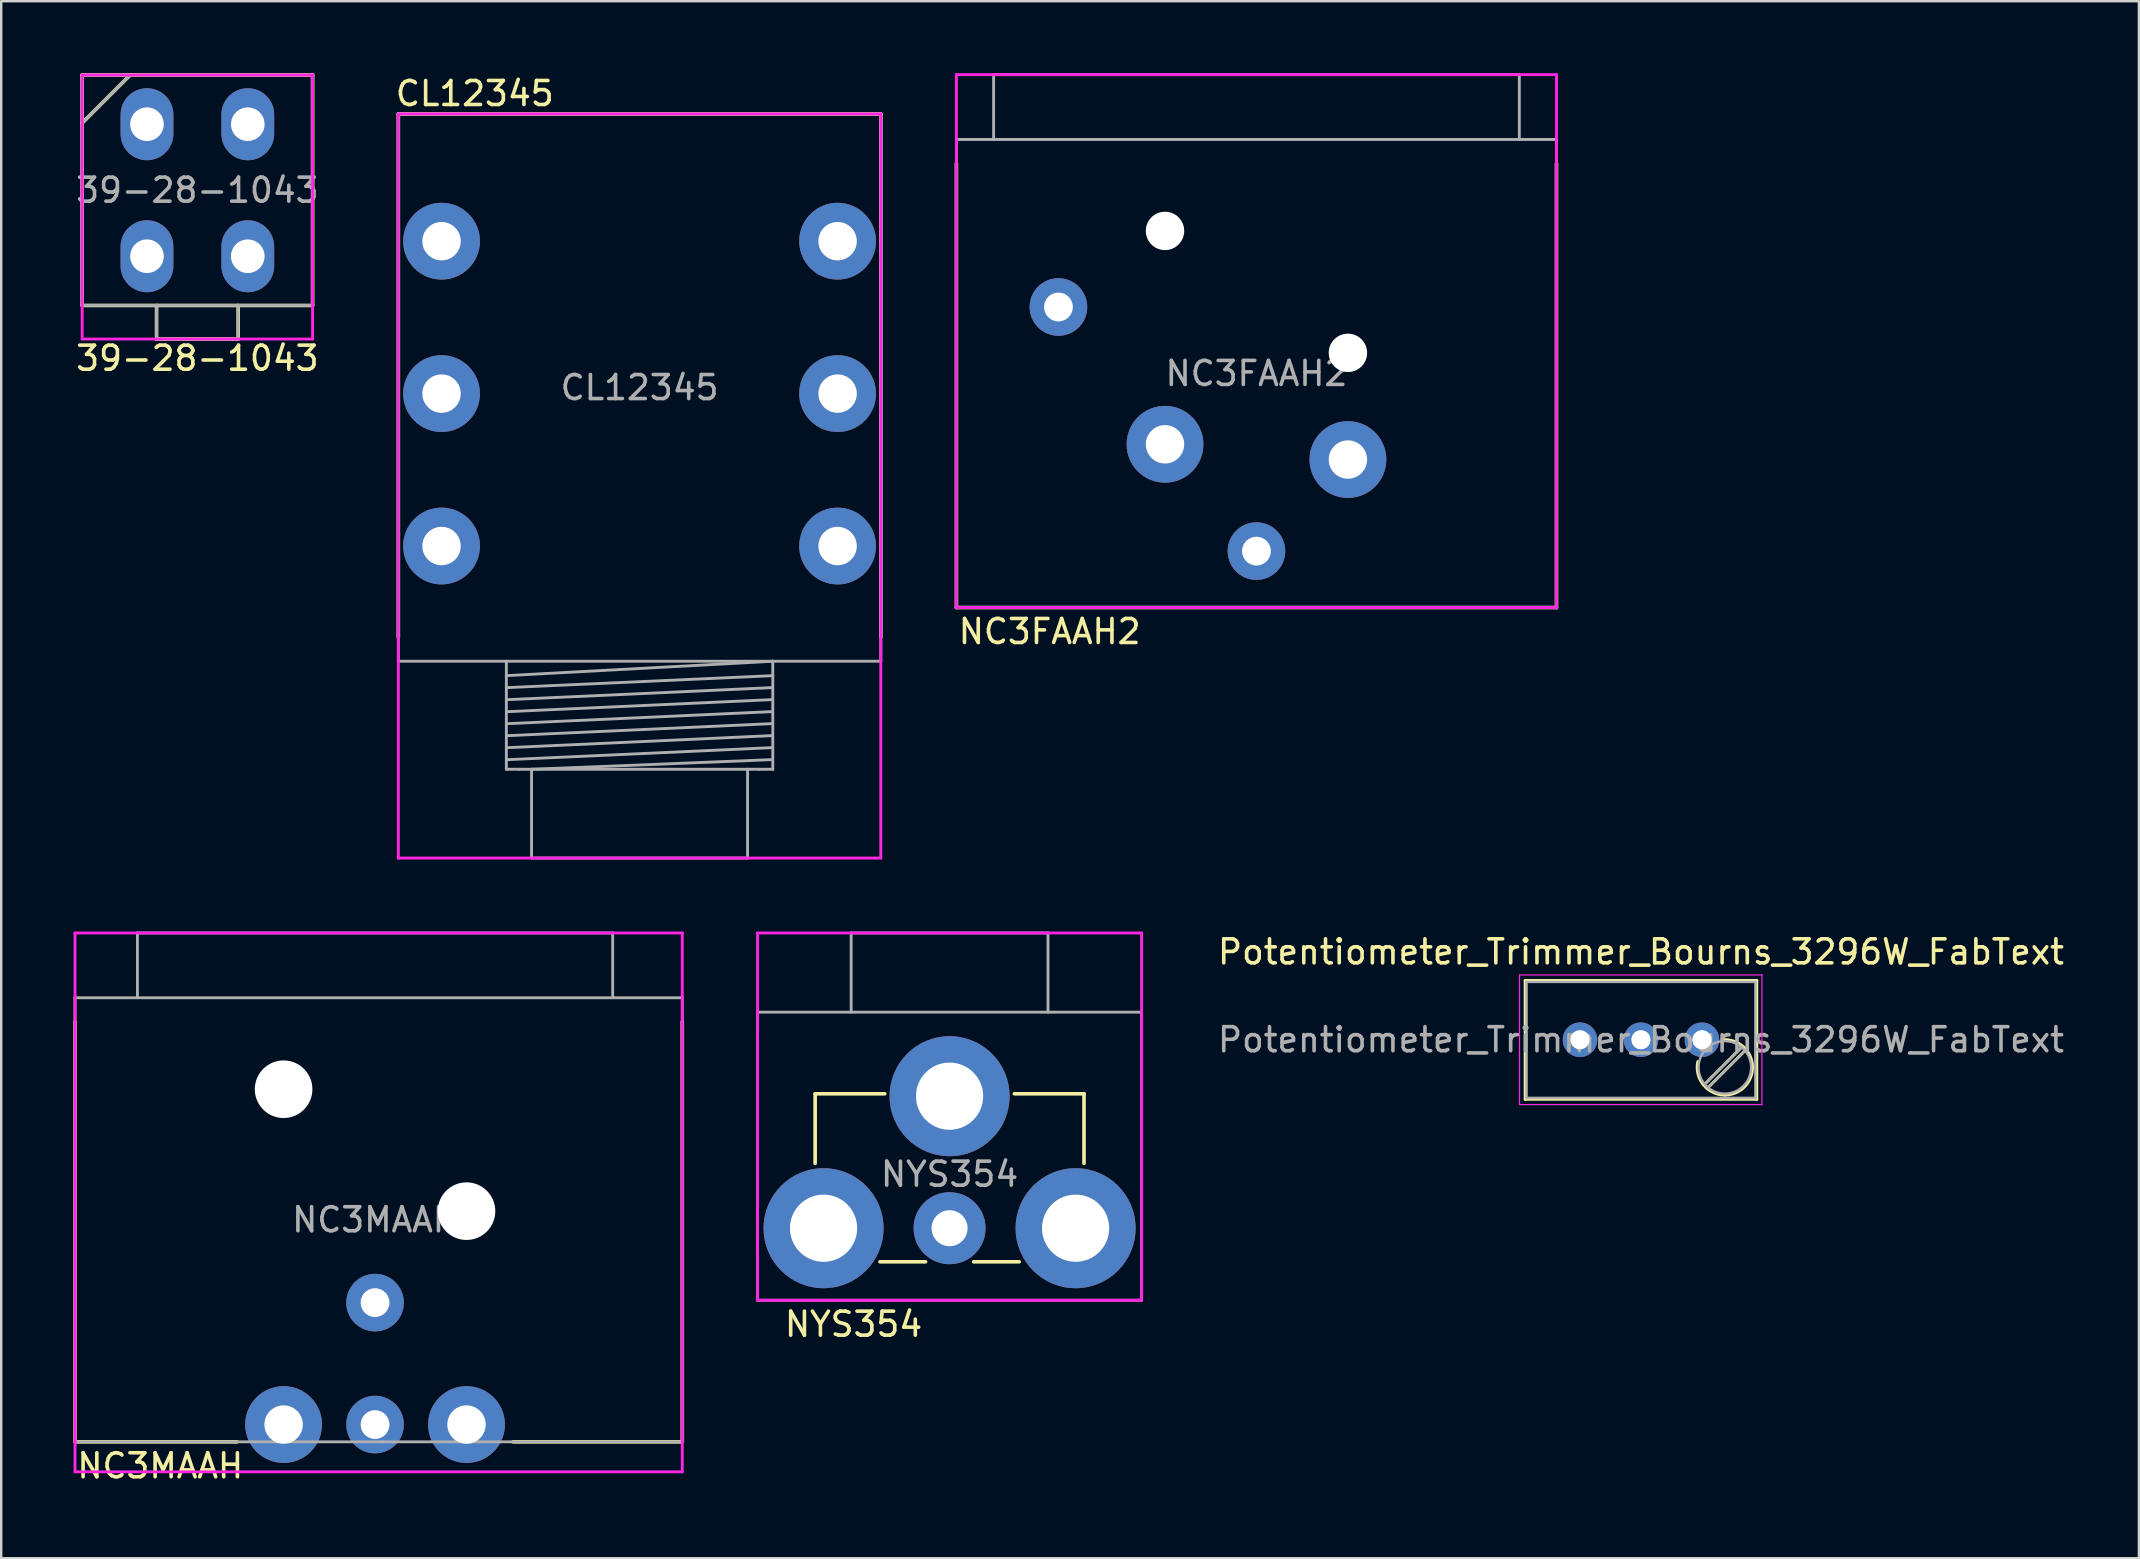
<source format=kicad_pcb>
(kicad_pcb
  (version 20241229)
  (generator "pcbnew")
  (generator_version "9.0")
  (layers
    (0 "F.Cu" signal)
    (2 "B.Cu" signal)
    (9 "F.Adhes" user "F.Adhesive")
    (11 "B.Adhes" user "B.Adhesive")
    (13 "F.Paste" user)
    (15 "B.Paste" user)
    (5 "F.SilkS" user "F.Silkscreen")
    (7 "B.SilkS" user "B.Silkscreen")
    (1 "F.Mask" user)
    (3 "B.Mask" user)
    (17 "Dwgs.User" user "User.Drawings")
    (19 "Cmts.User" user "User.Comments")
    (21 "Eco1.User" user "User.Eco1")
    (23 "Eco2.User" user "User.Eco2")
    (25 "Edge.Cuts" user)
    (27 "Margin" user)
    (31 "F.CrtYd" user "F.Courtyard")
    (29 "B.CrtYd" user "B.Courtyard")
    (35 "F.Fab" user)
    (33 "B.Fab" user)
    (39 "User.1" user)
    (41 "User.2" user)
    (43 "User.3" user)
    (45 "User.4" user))
  (footprint "NC3FAAH2"
    (layer "F.Cu")
    (at 49.295 12.51)
    (property "Reference" "NC3FAAH2" (at -12.5 10.75 0) (layer "F.SilkS") (effects (font (size 1 1) (thickness 0.15)) (justify left)))
    (attr through_hole)
    (fp_line (start -12.5 -8.75) (end -12.5 9.75) (stroke (width 0.15) (type solid)) (layer "F.SilkS"))
    (fp_line (start -12.5 9.75) (end 12.5 9.75) (stroke (width 0.15) (type solid)) (layer "F.SilkS"))
    (fp_line (start 12.5 9.75) (end 12.5 -8.75) (stroke (width 0.15) (type solid)) (layer "F.SilkS"))
    (fp_line (start -12.5 -12.45) (end 12.5 -12.45) (stroke (width 0.12) (type solid)) (layer "F.CrtYd"))
    (fp_line (start -12.5 9.75) (end -12.5 -12.45) (stroke (width 0.12) (type solid)) (layer "F.CrtYd"))
    (fp_line (start 12.5 -12.45) (end 12.5 9.75) (stroke (width 0.12) (type solid)) (layer "F.CrtYd"))
    (fp_line (start 12.5 9.75) (end -12.5 9.75) (stroke (width 0.12) (type solid)) (layer "F.CrtYd"))
    (fp_line (start -12.5 -9.75) (end -12.5 9.75) (stroke (width 0.12) (type solid)) (layer "F.Fab"))
    (fp_line (start -12.5 9.75) (end 12.5 9.75) (stroke (width 0.12) (type solid)) (layer "F.Fab"))
    (fp_line (start -10.95 -12.45) (end 10.95 -12.45) (stroke (width 0.12) (type solid)) (layer "F.Fab"))
    (fp_line (start -10.95 -9.75) (end -10.95 -12.45) (stroke (width 0.12) (type solid)) (layer "F.Fab"))
    (fp_line (start 10.95 -12.45) (end 10.95 -9.75) (stroke (width 0.12) (type solid)) (layer "F.Fab"))
    (fp_line (start 12.5 -9.75) (end -12.5 -9.75) (stroke (width 0.12) (type solid)) (layer "F.Fab"))
    (fp_line (start 12.5 9.75) (end 12.5 -9.75) (stroke (width 0.12) (type solid)) (layer "F.Fab"))
    (fp_text user "${REFERENCE}" (at 0 0 0) (layer "F.Fab") (effects (font (size 1 1) (thickness 0.15))))
    (pad "" np_thru_hole circle (at -3.81 -5.94) (size 1.6 1.6) (drill 1.6) (layers "*.Cu" "*.Mask"))
    (pad "" np_thru_hole circle (at 3.81 -0.86) (size 1.6 1.6) (drill 1.6) (layers "*.Cu" "*.Mask"))
    (pad "1" thru_hole circle (at -3.81 2.95) (size 3.2 3.2) (drill 1.6) (layers "*.Cu" "*.Mask"))
    (pad "2" thru_hole circle (at 3.81 3.585) (size 3.2 3.2) (drill 1.6) (layers "*.Cu" "*.Mask"))
    (pad "3" thru_hole circle (at 0 7.4) (size 2.4 2.4) (drill 1.2) (layers "*.Cu" "*.Mask"))
    (pad "G" thru_hole circle (at -8.25 -2.77) (size 2.4 2.4) (drill 1.2) (layers "*.Cu" "*.Mask")))
  (footprint "NYS354"
    (layer "F.Cu")
    (at 36.51 48.118)
    (property "Reference" "NYS354" (at -4 4 0) (layer "F.SilkS") (effects (font (size 1 1) (thickness 0.15))))
    (attr through_hole)
    (fp_line (start -5.6 -5.6) (end -2.7 -5.6) (stroke (width 0.15) (type solid)) (layer "F.SilkS"))
    (fp_line (start -5.6 -2.7) (end -5.6 -5.6) (stroke (width 0.15) (type solid)) (layer "F.SilkS"))
    (fp_line (start -1 1.4) (end -2.9 1.4) (stroke (width 0.15) (type solid)) (layer "F.SilkS"))
    (fp_line (start 2.7 -5.6) (end 5.6 -5.6) (stroke (width 0.15) (type solid)) (layer "F.SilkS"))
    (fp_line (start 2.9 1.4) (end 1 1.4) (stroke (width 0.15) (type solid)) (layer "F.SilkS"))
    (fp_line (start 5.6 -5.6) (end 5.6 -2.7) (stroke (width 0.15) (type solid)) (layer "F.SilkS"))
    (fp_line (start -8 -12.3) (end 8 -12.3) (stroke (width 0.12) (type solid)) (layer "F.CrtYd"))
    (fp_line (start -8 -9) (end -8 -12.3) (stroke (width 0.12) (type solid)) (layer "F.CrtYd"))
    (fp_line (start -8 -8) (end -8 -9) (stroke (width 0.12) (type solid)) (layer "F.CrtYd"))
    (fp_line (start -8 3) (end -8 -8) (stroke (width 0.12) (type solid)) (layer "F.CrtYd"))
    (fp_line (start 8 -12.3) (end 8 -9) (stroke (width 0.12) (type solid)) (layer "F.CrtYd"))
    (fp_line (start 8 -9) (end 8 3) (stroke (width 0.12) (type solid)) (layer "F.CrtYd"))
    (fp_line (start 8 3) (end -8 3) (stroke (width 0.12) (type solid)) (layer "F.CrtYd"))
    (fp_line (start -8 -9) (end 8 -9) (stroke (width 0.12) (type solid)) (layer "F.Fab"))
    (fp_line (start -8 3) (end -8 -9) (stroke (width 0.12) (type solid)) (layer "F.Fab"))
    (fp_line (start -4.1 -12.3) (end -4.1 -9) (stroke (width 0.12) (type solid)) (layer "F.Fab"))
    (fp_line (start 4.1 -12.3) (end -4.1 -12.3) (stroke (width 0.12) (type solid)) (layer "F.Fab"))
    (fp_line (start 4.1 -9) (end 4.1 -12.3) (stroke (width 0.12) (type solid)) (layer "F.Fab"))
    (fp_line (start 8 -9) (end 8 3) (stroke (width 0.12) (type solid)) (layer "F.Fab"))
    (fp_line (start 8 3) (end -8 3) (stroke (width 0.12) (type solid)) (layer "F.Fab"))
    (fp_text user "${REFERENCE}" (at 0 -2.25 0) (layer "F.Fab") (effects (font (size 1 1) (thickness 0.15))))
    (pad "1" thru_hole circle (at 0 0) (size 3 3) (drill 1.5) (layers "*.Cu" "*.Mask"))
    (pad "2" thru_hole circle (at -5.25 0) (size 5 5) (drill 2.8) (layers "*.Cu" "*.Mask"))
    (pad "2" thru_hole circle (at 0 -5.5) (size 5 5) (drill 2.8) (layers "*.Cu" "*.Mask"))
    (pad "2" thru_hole circle (at 5.25 0) (size 5 5) (drill 2.8) (layers "*.Cu" "*.Mask")))
  (footprint "Potentiometer_Trimmer_Bourns_3296W_FabText"
    (layer "F.Cu")
    (at 67.854 40.267)
    (property "Reference" "Potentiometer_Trimmer_Bourns_3296W_FabText" (at -2.54 -3.66 0) (layer "F.SilkS") (effects (font (size 1 1) (thickness 0.15))))
    (attr through_hole)
    (fp_line (start -7.365 -2.47) (end -7.365 2.481) (stroke (width 0.12) (type solid)) (layer "F.SilkS"))
    (fp_line (start -7.365 -2.47) (end 2.285 -2.47) (stroke (width 0.12) (type solid)) (layer "F.SilkS"))
    (fp_line (start -7.365 2.481) (end 2.285 2.481) (stroke (width 0.12) (type solid)) (layer "F.SilkS"))
    (fp_line (start 1.691 0.275) (end 0.079 1.885) (stroke (width 0.12) (type solid)) (layer "F.SilkS"))
    (fp_line (start 1.831 0.416) (end 0.22 2.026) (stroke (width 0.12) (type solid)) (layer "F.SilkS"))
    (fp_line (start 2.285 -2.47) (end 2.285 2.481) (stroke (width 0.12) (type solid)) (layer "F.SilkS"))
    (fp_arc (start 0.914691 -0.004296) (mid 2.109824 1.129842) (end 0.955 2.305) (stroke (width 0.12) (type solid)) (layer "F.SilkS"))
    (fp_arc (start 0.975121 2.304052) (mid 0.064355 1.884161) (end -0.174 0.91) (stroke (width 0.12) (type solid)) (layer "F.SilkS"))
    (fp_line (start -7.6 -2.7) (end -7.6 2.7) (stroke (width 0.05) (type solid)) (layer "F.CrtYd"))
    (fp_line (start -7.6 2.7) (end 2.5 2.7) (stroke (width 0.05) (type solid)) (layer "F.CrtYd"))
    (fp_line (start 2.5 -2.7) (end -7.6 -2.7) (stroke (width 0.05) (type solid)) (layer "F.CrtYd"))
    (fp_line (start 2.5 2.7) (end 2.5 -2.7) (stroke (width 0.05) (type solid)) (layer "F.CrtYd"))
    (fp_line (start -7.305 -2.41) (end -7.305 2.42) (stroke (width 0.1) (type solid)) (layer "F.Fab"))
    (fp_line (start -7.305 2.42) (end 2.225 2.42) (stroke (width 0.1) (type solid)) (layer "F.Fab"))
    (fp_line (start 1.652 0.32) (end 0.125 1.847) (stroke (width 0.1) (type solid)) (layer "F.Fab"))
    (fp_line (start 1.786 0.454) (end 0.259 1.981) (stroke (width 0.1) (type solid)) (layer "F.Fab"))
    (fp_line (start 2.225 -2.41) (end -7.305 -2.41) (stroke (width 0.1) (type solid)) (layer "F.Fab"))
    (fp_line (start 2.225 2.42) (end 2.225 -2.41) (stroke (width 0.1) (type solid)) (layer "F.Fab"))
    (fp_circle (center 0.955 1.15) (end 2.05 1.15) (stroke (width 0.1) (type solid)) (fill no) (layer "F.Fab"))
    (fp_text user "${REFERENCE}" (at -2.54 0 0) (layer "F.Fab") (effects (font (size 1 1) (thickness 0.15))))
    (pad "1" thru_hole circle (at 0 0) (size 1.44 1.44) (drill 0.8) (layers "*.Cu" "*.Mask"))
    (pad "2" thru_hole circle (at -2.54 0) (size 1.44 1.44) (drill 0.8) (layers "*.Cu" "*.Mask"))
    (pad "3" thru_hole circle (at -5.08 0) (size 1.44 1.44) (drill 0.8) (layers "*.Cu" "*.Mask")))
  (footprint "39-28-1043"
    (layer "F.Cu")
    (at 5.173 4.875)
    (property "Reference" "39-28-1043" (at 0 7 0) (layer "F.SilkS") (effects (font (size 1 1) (thickness 0.15))))
    (attr through_hole)
    (fp_line (start -4.8 -4.8) (end 4.8 -4.8) (stroke (width 0.15) (type solid)) (layer "F.SilkS"))
    (fp_line (start -4.8 -2.8) (end -2.8 -4.8) (stroke (width 0.15) (type solid)) (layer "F.SilkS"))
    (fp_line (start -4.8 4.8) (end -4.8 -4.8) (stroke (width 0.15) (type solid)) (layer "F.SilkS"))
    (fp_line (start -1.7 4.8) (end -1.7 6.2) (stroke (width 0.15) (type solid)) (layer "F.SilkS"))
    (fp_line (start -1.7 6.2) (end 1.7 6.2) (stroke (width 0.15) (type solid)) (layer "F.SilkS"))
    (fp_line (start 1.7 6.2) (end 1.7 4.8) (stroke (width 0.15) (type solid)) (layer "F.SilkS"))
    (fp_line (start 4.8 -4.8) (end 4.8 4.8) (stroke (width 0.15) (type solid)) (layer "F.SilkS"))
    (fp_line (start 4.8 4.8) (end -4.8 4.8) (stroke (width 0.15) (type solid)) (layer "F.SilkS"))
    (fp_line (start -4.8 -4.8) (end 4.8 -4.8) (stroke (width 0.12) (type solid)) (layer "F.CrtYd"))
    (fp_line (start -4.8 6.2) (end -4.8 -4.8) (stroke (width 0.12) (type solid)) (layer "F.CrtYd"))
    (fp_line (start 4.8 -4.8) (end 4.8 6.2) (stroke (width 0.12) (type solid)) (layer "F.CrtYd"))
    (fp_line (start 4.8 6.2) (end -4.8 6.2) (stroke (width 0.12) (type solid)) (layer "F.CrtYd"))
    (fp_line (start -4.8 -4.8) (end 4.8 -4.8) (stroke (width 0.12) (type solid)) (layer "F.Fab"))
    (fp_line (start -4.8 -2.8) (end -2.8 -4.8) (stroke (width 0.12) (type solid)) (layer "F.Fab"))
    (fp_line (start -4.8 4.8) (end -4.8 -4.8) (stroke (width 0.12) (type solid)) (layer "F.Fab"))
    (fp_line (start -1.7 4.8) (end -1.7 6.2) (stroke (width 0.12) (type solid)) (layer "F.Fab"))
    (fp_line (start -1.7 6.2) (end 1.7 6.2) (stroke (width 0.12) (type solid)) (layer "F.Fab"))
    (fp_line (start 1.7 6.2) (end 1.7 4.8) (stroke (width 0.12) (type solid)) (layer "F.Fab"))
    (fp_line (start 4.8 -4.8) (end 4.8 4.8) (stroke (width 0.12) (type solid)) (layer "F.Fab"))
    (fp_line (start 4.8 4.8) (end -4.8 4.8) (stroke (width 0.12) (type solid)) (layer "F.Fab"))
    (fp_text user "${REFERENCE}" (at 0 0 0) (layer "F.Fab") (effects (font (size 1 1) (thickness 0.15))))
    (pad "1" thru_hole oval (at -2.1 -2.75) (size 2.2 3) (drill 1.4) (layers "*.Cu" "*.Mask"))
    (pad "2" thru_hole oval (at 2.1 -2.75) (size 2.2 3) (drill 1.4) (layers "*.Cu" "*.Mask"))
    (pad "3" thru_hole oval (at -2.1 2.75) (size 2.2 3) (drill 1.4) (layers "*.Cu" "*.Mask"))
    (pad "4" thru_hole oval (at 2.1 2.75) (size 2.2 3) (drill 1.4) (layers "*.Cu" "*.Mask")))
  (footprint "NC3MAAH"
    (layer "F.Cu")
    (at 12.575 47.768)
    (property "Reference" "NC3MAAH" (at -12.5 10.25 0) (layer "F.SilkS") (effects (font (size 1 1) (thickness 0.15)) (justify left)))
    (attr through_hole)
    (fp_line (start -12.5 -8.25) (end -12.5 9.25) (stroke (width 0.15) (type solid)) (layer "F.SilkS"))
    (fp_line (start -12.5 9.25) (end -5.75 9.25) (stroke (width 0.15) (type solid)) (layer "F.SilkS"))
    (fp_line (start 5.75 9.25) (end 12.8 9.25) (stroke (width 0.15) (type solid)) (layer "F.SilkS"))
    (fp_line (start 12.8 9.25) (end 12.8 -8.25) (stroke (width 0.15) (type solid)) (layer "F.SilkS"))
    (fp_line (start -12.5 -11.95) (end 12.8 -11.95) (stroke (width 0.12) (type solid)) (layer "F.CrtYd"))
    (fp_line (start -12.5 9.25) (end -12.5 -11.95) (stroke (width 0.12) (type solid)) (layer "F.CrtYd"))
    (fp_line (start -12.5 9.25) (end -12.5 10.5) (stroke (width 0.12) (type solid)) (layer "F.CrtYd"))
    (fp_line (start -12.5 10.5) (end 12.8 10.5) (stroke (width 0.12) (type solid)) (layer "F.CrtYd"))
    (fp_line (start 12.8 -11.95) (end 12.8 9.25) (stroke (width 0.12) (type solid)) (layer "F.CrtYd"))
    (fp_line (start 12.8 10.5) (end 12.8 9.25) (stroke (width 0.12) (type solid)) (layer "F.CrtYd"))
    (fp_line (start -12.5 -9.25) (end 12.8 -9.25) (stroke (width 0.12) (type solid)) (layer "F.Fab"))
    (fp_line (start -12.5 9.25) (end -12.5 -9.25) (stroke (width 0.12) (type solid)) (layer "F.Fab"))
    (fp_line (start -9.9 -11.95) (end -9.9 -9.25) (stroke (width 0.12) (type solid)) (layer "F.Fab"))
    (fp_line (start 0.3 9.25) (end -12.5 9.25) (stroke (width 0.12) (type solid)) (layer "F.Fab"))
    (fp_line (start 9.9 -11.95) (end -9.9 -11.95) (stroke (width 0.12) (type solid)) (layer "F.Fab"))
    (fp_line (start 9.9 -9.25) (end 9.9 -11.95) (stroke (width 0.12) (type solid)) (layer "F.Fab"))
    (fp_line (start 12.8 -9.25) (end 12.8 9.25) (stroke (width 0.12) (type solid)) (layer "F.Fab"))
    (fp_line (start 12.8 9.25) (end 0.3 9.25) (stroke (width 0.12) (type solid)) (layer "F.Fab"))
    (fp_text user "${REFERENCE}" (at 0 0 0) (layer "F.Fab") (effects (font (size 1 1) (thickness 0.15))))
    (pad "" np_thru_hole circle (at -3.81 -5.44) (size 2.4 2.4) (drill 2.4) (layers "*.Cu" "*.Mask"))
    (pad "" np_thru_hole circle (at 3.81 -0.36) (size 2.4 2.4) (drill 2.4) (layers "*.Cu" "*.Mask"))
    (pad "1" thru_hole circle (at 3.81 8.53) (size 3.2 3.2) (drill 1.6) (layers "*.Cu" "*.Mask"))
    (pad "2" thru_hole circle (at -3.81 8.53) (size 3.2 3.2) (drill 1.6) (layers "*.Cu" "*.Mask"))
    (pad "3" thru_hole circle (at 0 8.53) (size 2.4 2.4) (drill 1.2) (layers "*.Cu" "*.Mask"))
    (pad "G" thru_hole circle (at 0 3.45) (size 2.4 2.4) (drill 1.2) (layers "*.Cu" "*.Mask")))
  (footprint "CL12345"
    (layer "F.Cu")
    (at 23.595 13.098)
    (property "Reference" "CL12345" (at -10.25 -12.25 0) (layer "F.SilkS") (effects (font (size 1 1) (thickness 0.15)) (justify left)))
    (attr through_hole)
    (fp_line (start -10.05 -11.4) (end 10.05 -11.4) (stroke (width 0.15) (type solid)) (layer "F.SilkS"))
    (fp_line (start -10.05 10.4) (end -10.05 -11.4) (stroke (width 0.15) (type solid)) (layer "F.SilkS"))
    (fp_line (start 10.05 -11.4) (end 10.05 10.4) (stroke (width 0.15) (type solid)) (layer "F.SilkS"))
    (fp_line (start -10.05 -11.4) (end 10.05 -11.4) (stroke (width 0.12) (type solid)) (layer "F.CrtYd"))
    (fp_line (start -10.05 19.6) (end -10.05 -11.4) (stroke (width 0.12) (type solid)) (layer "F.CrtYd"))
    (fp_line (start 10.05 -11.4) (end 10.05 19.6) (stroke (width 0.12) (type solid)) (layer "F.CrtYd"))
    (fp_line (start 10.05 19.6) (end -10.05 19.6) (stroke (width 0.12) (type solid)) (layer "F.CrtYd"))
    (fp_line (start -10.05 -11.4) (end -10.05 11.4) (stroke (width 0.12) (type solid)) (layer "F.Fab"))
    (fp_line (start -10.05 11.4) (end 10.05 11.4) (stroke (width 0.12) (type solid)) (layer "F.Fab"))
    (fp_line (start -5.55 12) (end 5.55 11.4) (stroke (width 0.12) (type solid)) (layer "F.Fab"))
    (fp_line (start -5.55 12.5) (end 5.55 12) (stroke (width 0.12) (type solid)) (layer "F.Fab"))
    (fp_line (start -5.55 15.9) (end -5.55 11.4) (stroke (width 0.12) (type solid)) (layer "F.Fab"))
    (fp_line (start -5.5 13) (end 5.5 12.5) (stroke (width 0.12) (type solid)) (layer "F.Fab"))
    (fp_line (start -5.5 13.5) (end 5.5 13) (stroke (width 0.12) (type solid)) (layer "F.Fab"))
    (fp_line (start -5.5 14.5) (end 5.5 14) (stroke (width 0.12) (type solid)) (layer "F.Fab"))
    (fp_line (start -5.5 15.5) (end 5.5 15) (stroke (width 0.12) (type solid)) (layer "F.Fab"))
    (fp_line (start -5 15.9) (end -5.55 15.9) (stroke (width 0.12) (type solid)) (layer "F.Fab"))
    (fp_line (start -5 15.9) (end -4.5 15.9) (stroke (width 0.12) (type solid)) (layer "F.Fab"))
    (fp_line (start -4.5 15.9) (end -4.5 19.6) (stroke (width 0.12) (type solid)) (layer "F.Fab"))
    (fp_line (start -4.5 15.9) (end 4.5 15.9) (stroke (width 0.12) (type solid)) (layer "F.Fab"))
    (fp_line (start -4.5 19.6) (end 4.5 19.6) (stroke (width 0.12) (type solid)) (layer "F.Fab"))
    (fp_line (start 4.5 15.9) (end 5 15.9) (stroke (width 0.12) (type solid)) (layer "F.Fab"))
    (fp_line (start 4.5 19.6) (end 4.5 15.9) (stroke (width 0.12) (type solid)) (layer "F.Fab"))
    (fp_line (start 5 15.9) (end 5.55 15.9) (stroke (width 0.12) (type solid)) (layer "F.Fab"))
    (fp_line (start 5.5 13.5) (end -5.5 14) (stroke (width 0.12) (type solid)) (layer "F.Fab"))
    (fp_line (start 5.5 14.5) (end -5.5 15) (stroke (width 0.12) (type solid)) (layer "F.Fab"))
    (fp_line (start 5.5 15.5) (end -4.5 15.9) (stroke (width 0.12) (type solid)) (layer "F.Fab"))
    (fp_line (start 5.55 15.9) (end 5.55 11.4) (stroke (width 0.12) (type solid)) (layer "F.Fab"))
    (fp_line (start 10.05 -11.4) (end -10.05 -11.4) (stroke (width 0.12) (type solid)) (layer "F.Fab"))
    (fp_line (start 10.05 11.4) (end 10.05 -11.4) (stroke (width 0.12) (type solid)) (layer "F.Fab"))
    (fp_text user "${REFERENCE}" (at 0 0 0) (layer "F.Fab") (effects (font (size 1 1) (thickness 0.15))))
    (pad "R" thru_hole circle (at 8.25 0.25) (size 3.2 3.2) (drill 1.6) (layers "*.Cu" "*.Mask"))
    (pad "RN" thru_hole circle (at -8.25 0.25) (size 3.2 3.2) (drill 1.6) (layers "*.Cu" "*.Mask"))
    (pad "S" thru_hole circle (at 8.25 6.6) (size 3.2 3.2) (drill 1.6) (layers "*.Cu" "*.Mask"))
    (pad "SN" thru_hole circle (at -8.25 6.6) (size 3.2 3.2) (drill 1.6) (layers "*.Cu" "*.Mask"))
    (pad "T" thru_hole circle (at 8.25 -6.1) (size 3.2 3.2) (drill 1.6) (layers "*.Cu" "*.Mask"))
    (pad "TN" thru_hole circle (at -8.25 -6.1) (size 3.2 3.2) (drill 1.6) (layers "*.Cu" "*.Mask")))
  (gr_rect
    (start -3 -3)
    (end 86.058 61.867)
    (stroke (width 0.1) (type default))
    (fill no)
    (layer "Edge.Cuts")))
</source>
